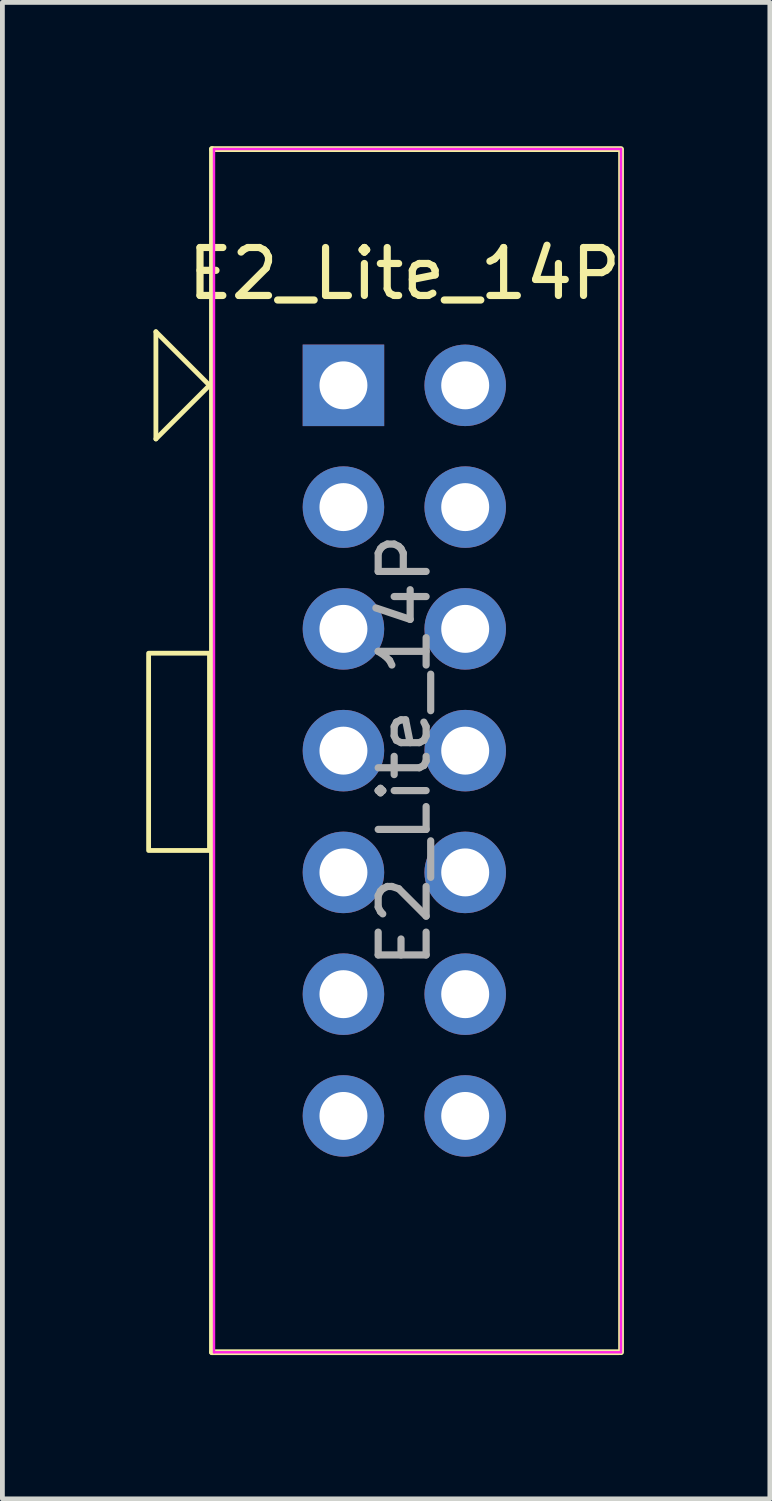
<source format=kicad_pcb>
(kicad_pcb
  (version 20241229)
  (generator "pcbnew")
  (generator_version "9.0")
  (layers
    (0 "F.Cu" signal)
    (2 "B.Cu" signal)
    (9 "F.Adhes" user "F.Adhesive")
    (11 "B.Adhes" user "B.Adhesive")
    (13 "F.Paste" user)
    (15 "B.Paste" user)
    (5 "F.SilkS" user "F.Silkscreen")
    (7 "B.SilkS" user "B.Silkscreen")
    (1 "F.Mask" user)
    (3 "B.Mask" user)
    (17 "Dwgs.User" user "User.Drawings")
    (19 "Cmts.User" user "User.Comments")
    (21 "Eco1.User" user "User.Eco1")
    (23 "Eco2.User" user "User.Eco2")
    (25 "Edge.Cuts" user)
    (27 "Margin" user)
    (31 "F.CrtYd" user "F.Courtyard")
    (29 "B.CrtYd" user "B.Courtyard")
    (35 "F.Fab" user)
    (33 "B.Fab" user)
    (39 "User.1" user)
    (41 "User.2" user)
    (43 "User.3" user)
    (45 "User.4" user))
  (footprint "E2_Lite_14P"
    (layer "F.Cu")
    (at 4.114 4.988)
    (property "Reference" "E2_Lite_14P" (at 1.27 -2.33 0) (layer "F.SilkS") (effects (font (size 1 1) (thickness 0.15))))
    (attr through_hole)
    (fp_line (start -3.912 -1.118) (end -3.912 1.118) (stroke (width 0.1) (type default)) (layer "F.SilkS"))
    (fp_line (start -2.794 0) (end -3.912 -1.118) (stroke (width 0.1) (type default)) (layer "F.SilkS"))
    (fp_line (start -2.794 0) (end -3.912 1.118) (stroke (width 0.1) (type default)) (layer "F.SilkS"))
    (fp_line (start -2.743 -4.928) (end -2.743 20.168) (stroke (width 0.12) (type solid)) (layer "F.SilkS"))
    (fp_line (start -2.743 -4.928) (end 5.75 -4.928) (stroke (width 0.12) (type solid)) (layer "F.SilkS"))
    (fp_line (start -2.743 20.168) (end 5.75 20.168) (stroke (width 0.12) (type solid)) (layer "F.SilkS"))
    (fp_line (start 5.791 -4.928) (end 5.791 20.168) (stroke (width 0.12) (type solid)) (layer "F.SilkS"))
    (fp_rect (start -2.794 5.588) (end -4.064 9.703) (stroke (width 0.1) (type default)) (fill no) (layer "F.SilkS"))
    (fp_line (start -2.7 -4.93) (end -2.7 20.17) (stroke (width 0.05) (type solid)) (layer "F.CrtYd"))
    (fp_line (start -2.7 20.17) (end 5.79 20.17) (stroke (width 0.05) (type solid)) (layer "F.CrtYd"))
    (fp_line (start 5.79 -4.93) (end -2.7 -4.93) (stroke (width 0.05) (type solid)) (layer "F.CrtYd"))
    (fp_line (start 5.79 20.17) (end 5.79 -4.93) (stroke (width 0.05) (type solid)) (layer "F.CrtYd"))
    (fp_text user "${REFERENCE}" (at 1.27 7.62 90) (layer "F.Fab") (effects (font (size 1 1) (thickness 0.15))))
    (pad "1" thru_hole rect (at 0 0) (size 1.7 1.7) (drill 1) (layers "*.Cu" "*.Mask"))
    (pad "2" thru_hole oval (at 2.54 0) (size 1.7 1.7) (drill 1) (layers "*.Cu" "*.Mask"))
    (pad "3" thru_hole oval (at 0 2.54) (size 1.7 1.7) (drill 1) (layers "*.Cu" "*.Mask"))
    (pad "4" thru_hole oval (at 2.54 2.54) (size 1.7 1.7) (drill 1) (layers "*.Cu" "*.Mask"))
    (pad "5" thru_hole oval (at 0 5.08) (size 1.7 1.7) (drill 1) (layers "*.Cu" "*.Mask"))
    (pad "6" thru_hole oval (at 2.54 5.08) (size 1.7 1.7) (drill 1) (layers "*.Cu" "*.Mask"))
    (pad "7" thru_hole oval (at 0 7.62) (size 1.7 1.7) (drill 1) (layers "*.Cu" "*.Mask"))
    (pad "8" thru_hole oval (at 2.54 7.62) (size 1.7 1.7) (drill 1) (layers "*.Cu" "*.Mask"))
    (pad "9" thru_hole oval (at 0 10.16) (size 1.7 1.7) (drill 1) (layers "*.Cu" "*.Mask"))
    (pad "10" thru_hole oval (at 2.54 10.16) (size 1.7 1.7) (drill 1) (layers "*.Cu" "*.Mask"))
    (pad "11" thru_hole oval (at 0 12.7) (size 1.7 1.7) (drill 1) (layers "*.Cu" "*.Mask"))
    (pad "12" thru_hole oval (at 2.54 12.7) (size 1.7 1.7) (drill 1) (layers "*.Cu" "*.Mask"))
    (pad "13" thru_hole oval (at 0 15.24) (size 1.7 1.7) (drill 1) (layers "*.Cu" "*.Mask"))
    (pad "14" thru_hole oval (at 2.54 15.24) (size 1.7 1.7) (drill 1) (layers "*.Cu" "*.Mask")))
  (gr_rect
    (start -3 -3)
    (end 13.009 28.215)
    (stroke (width 0.1) (type default))
    (fill no)
    (layer "Edge.Cuts")))
</source>
